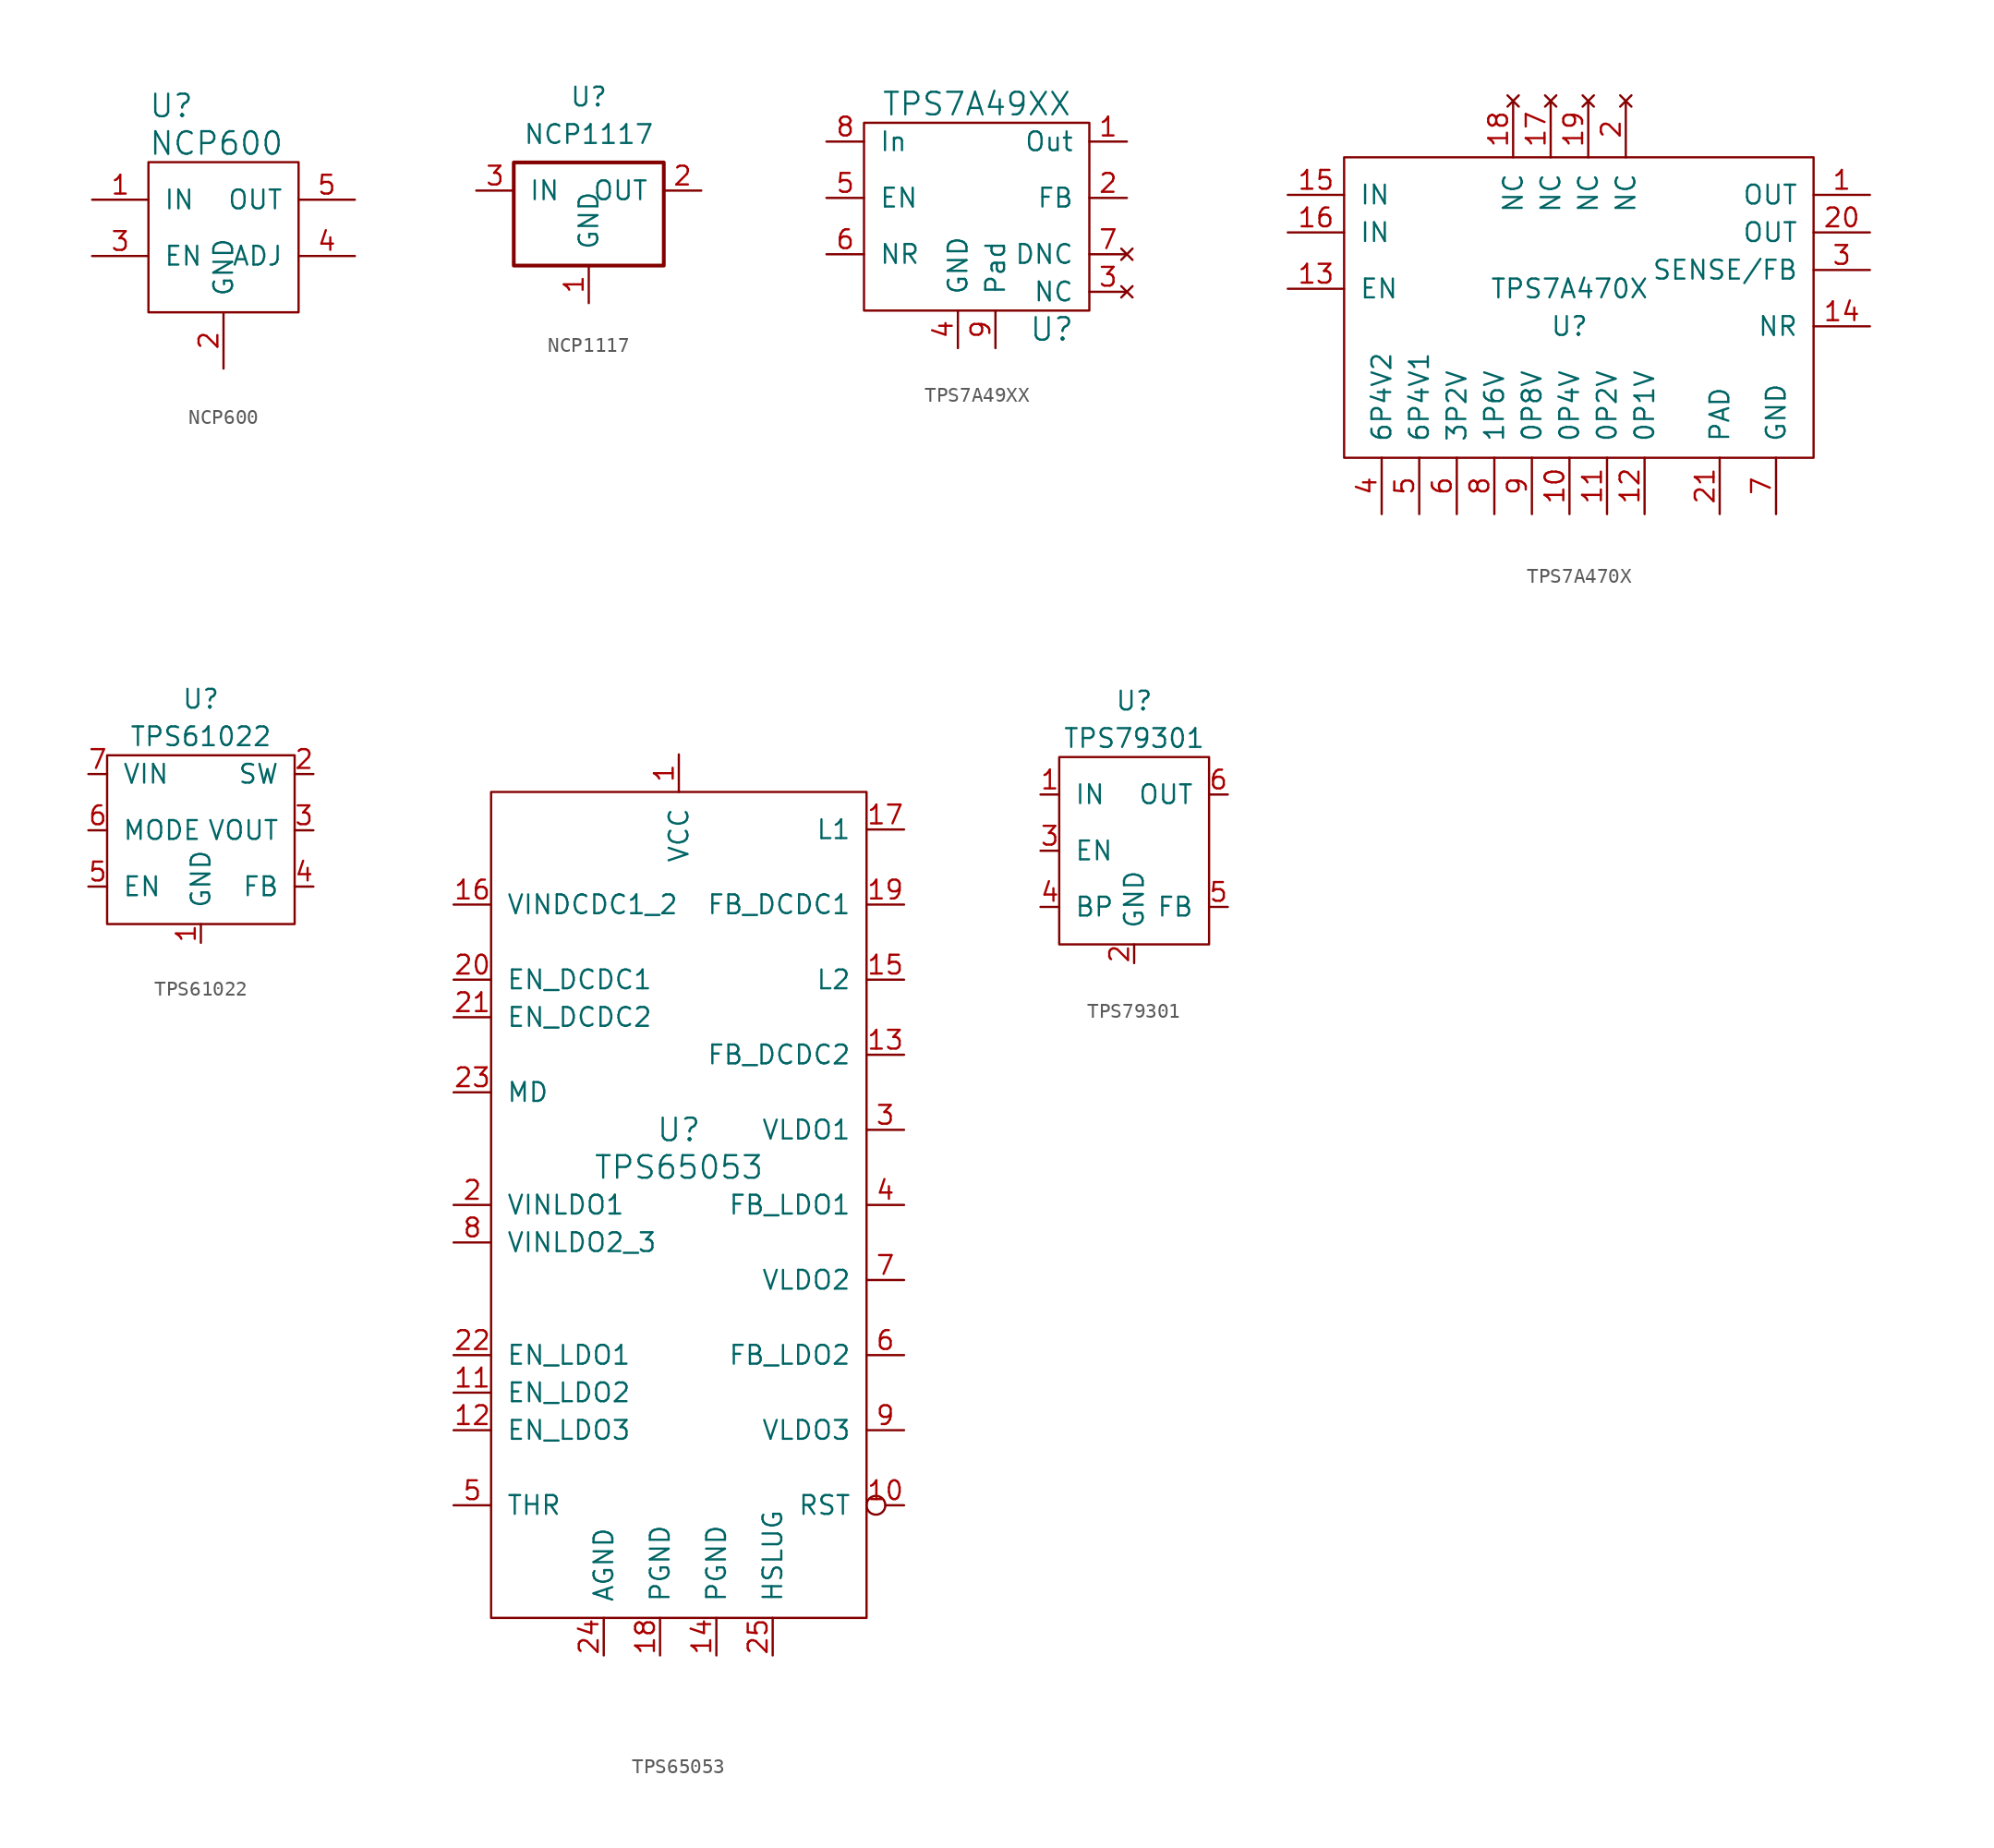
<source format=kicad_sym>
(kicad_symbol_lib
  (version 20211014)
  (generator kicad_symbol_editor)
  (symbol "NCP600"
    (pin_names
      (offset 1.016))
    (property "Reference" "U"
      (at -5.08 7.62 0)
      (effects (font (size 1.524 1.524)) (justify left)))
    (property "Value" "NCP600"
      (at -5.08 5.08 0)
      (effects (font (size 1.524 1.524)) (justify left)))
    (symbol "NCP600_0_1"
      (rectangle (start -5.08 3.81) (end 5.08 -6.35) (stroke (width 0) (type default) (color 0 0 0 0)) (fill (type none))))
    (symbol "NCP600_1_1"
      (pin power_in line (at -8.89 1.27 0) (length 3.81) (name "IN" (effects (font (size 1.27 1.27)))) (number "1" (effects (font (size 1.27 1.27)))))
      (pin power_in line (at 0 -10.16 90) (length 3.81) (name "GND" (effects (font (size 1.27 1.27)))) (number "2" (effects (font (size 1.27 1.27)))))
      (pin input line (at -8.89 -2.54 0) (length 3.81) (name "EN" (effects (font (size 1.27 1.27)))) (number "3" (effects (font (size 1.27 1.27)))))
      (pin input line (at 8.89 -2.54 180) (length 3.81) (name "ADJ" (effects (font (size 1.27 1.27)))) (number "4" (effects (font (size 1.27 1.27)))))
      (pin power_out line (at 8.89 1.27 180) (length 3.81) (name "OUT" (effects (font (size 1.27 1.27)))) (number "5" (effects (font (size 1.27 1.27)))))))
  (symbol "NCP1117"
    (pin_names
      (offset 1.016))
    (property "Reference" "U"
      (at 0 7.62 0)
      (effects (font (size 1.27 1.27))))
    (property "Value" "NCP1117"
      (at 0 5.08 0)
      (effects (font (size 1.27 1.27))))
    (symbol "NCP1117_1_1"
      (rectangle (start -5.08 3.175) (end 5.08 -3.81) (stroke (width 0.254) (type default) (color 0 0 0 0)) (fill (type none)))
      (pin power_in line (at 0 -6.35 90) (length 2.54) (name "GND" (effects (font (size 1.27 1.27)))) (number "1" (effects (font (size 1.27 1.27)))))
      (pin power_out line (at 7.62 1.27 180) (length 2.54) (name "OUT" (effects (font (size 1.27 1.27)))) (number "2" (effects (font (size 1.27 1.27)))))
      (pin power_in line (at -7.62 1.27 0) (length 2.54) (name "IN" (effects (font (size 1.27 1.27)))) (number "3" (effects (font (size 1.27 1.27)))))
      (pin power_in line (at 7.62 1.27 180) (length 2.54) hide (name "OUT" (effects (font (size 1.27 1.27)))) (number "4" (effects (font (size 1.27 1.27)))))))
  (symbol "TPS7A49XX"
    (pin_names
      (offset 1.016))
    (property "Reference" "U"
      (at 5.08 -7.62 0)
      (effects (font (size 1.524 1.524))))
    (property "Value" "TPS7A49XX"
      (at 0 7.62 0)
      (effects (font (size 1.524 1.524))))
    (symbol "TPS7A49XX_0_1"
      (rectangle (start -7.62 6.35) (end 7.62 -6.35) (stroke (width 0) (type default) (color 0 0 0 0)) (fill (type none))))
    (symbol "TPS7A49XX_1_1"
      (pin power_out line (at 10.16 5.08 180) (length 2.54) (name "Out" (effects (font (size 1.27 1.27)))) (number "1" (effects (font (size 1.27 1.27)))))
      (pin input line (at 10.16 1.27 180) (length 2.54) (name "FB" (effects (font (size 1.27 1.27)))) (number "2" (effects (font (size 1.27 1.27)))))
      (pin no_connect line (at 10.16 -5.08 180) (length 2.54) (name "NC" (effects (font (size 1.27 1.27)))) (number "3" (effects (font (size 1.27 1.27)))))
      (pin power_in line (at -1.27 -8.89 90) (length 2.54) (name "GND" (effects (font (size 1.27 1.27)))) (number "4" (effects (font (size 1.27 1.27)))))
      (pin input line (at -10.16 1.27 0) (length 2.54) (name "EN" (effects (font (size 1.27 1.27)))) (number "5" (effects (font (size 1.27 1.27)))))
      (pin passive line (at -10.16 -2.54 0) (length 2.54) (name "NR" (effects (font (size 1.27 1.27)))) (number "6" (effects (font (size 1.27 1.27)))))
      (pin no_connect line (at 10.16 -2.54 180) (length 2.54) (name "DNC" (effects (font (size 1.27 1.27)))) (number "7" (effects (font (size 1.27 1.27)))))
      (pin power_in line (at -10.16 5.08 0) (length 2.54) (name "In" (effects (font (size 1.27 1.27)))) (number "8" (effects (font (size 1.27 1.27)))))
      (pin power_in line (at 1.27 -8.89 90) (length 2.54) (name "Pad" (effects (font (size 1.27 1.27)))) (number "9" (effects (font (size 1.27 1.27)))))))
  (symbol "TPS7A470X"
    (pin_names
      (offset 1.016))
    (property "Reference" "U"
      (at 0 -1.27 0)
      (effects (font (size 1.27 1.27))))
    (property "Value" "TPS7A470X"
      (at 0 1.27 0)
      (effects (font (size 1.27 1.27))))
    (symbol "TPS7A470X_1_0"
      (rectangle (start -15.24 -10.16) (end 16.51 10.16) (stroke (width 0) (type default) (color 0 0 0 0)) (fill (type none))))
    (symbol "TPS7A470X_1_1"
      (pin power_out line (at 20.32 7.62 180) (length 3.81) (name "OUT" (effects (font (size 1.27 1.27)))) (number "1" (effects (font (size 1.27 1.27)))))
      (pin input line (at 0 -13.97 90) (length 3.81) (name "0P4V" (effects (font (size 1.27 1.27)))) (number "10" (effects (font (size 1.27 1.27)))))
      (pin input line (at 2.54 -13.97 90) (length 3.81) (name "0P2V" (effects (font (size 1.27 1.27)))) (number "11" (effects (font (size 1.27 1.27)))))
      (pin input line (at 5.08 -13.97 90) (length 3.81) (name "0P1V" (effects (font (size 1.27 1.27)))) (number "12" (effects (font (size 1.27 1.27)))))
      (pin input line (at -19.05 1.27 0) (length 3.81) (name "EN" (effects (font (size 1.27 1.27)))) (number "13" (effects (font (size 1.27 1.27)))))
      (pin passive line (at 20.32 -1.27 180) (length 3.81) (name "NR" (effects (font (size 1.27 1.27)))) (number "14" (effects (font (size 1.27 1.27)))))
      (pin power_in line (at -19.05 7.62 0) (length 3.81) (name "IN" (effects (font (size 1.27 1.27)))) (number "15" (effects (font (size 1.27 1.27)))))
      (pin power_in line (at -19.05 5.08 0) (length 3.81) (name "IN" (effects (font (size 1.27 1.27)))) (number "16" (effects (font (size 1.27 1.27)))))
      (pin no_connect line (at -1.27 13.97 270) (length 3.81) (name "NC" (effects (font (size 1.27 1.27)))) (number "17" (effects (font (size 1.27 1.27)))))
      (pin no_connect line (at -3.81 13.97 270) (length 3.81) (name "NC" (effects (font (size 1.27 1.27)))) (number "18" (effects (font (size 1.27 1.27)))))
      (pin no_connect line (at 1.27 13.97 270) (length 3.81) (name "NC" (effects (font (size 1.27 1.27)))) (number "19" (effects (font (size 1.27 1.27)))))
      (pin no_connect line (at 3.81 13.97 270) (length 3.81) (name "NC" (effects (font (size 1.27 1.27)))) (number "2" (effects (font (size 1.27 1.27)))))
      (pin power_in line (at 20.32 5.08 180) (length 3.81) (name "OUT" (effects (font (size 1.27 1.27)))) (number "20" (effects (font (size 1.27 1.27)))))
      (pin power_in line (at 10.16 -13.97 90) (length 3.81) (name "PAD" (effects (font (size 1.27 1.27)))) (number "21" (effects (font (size 1.27 1.27)))))
      (pin input line (at 20.32 2.54 180) (length 3.81) (name "SENSE/FB" (effects (font (size 1.27 1.27)))) (number "3" (effects (font (size 1.27 1.27)))))
      (pin input line (at -12.7 -13.97 90) (length 3.81) (name "6P4V2" (effects (font (size 1.27 1.27)))) (number "4" (effects (font (size 1.27 1.27)))))
      (pin input line (at -10.16 -13.97 90) (length 3.81) (name "6P4V1" (effects (font (size 1.27 1.27)))) (number "5" (effects (font (size 1.27 1.27)))))
      (pin input line (at -7.62 -13.97 90) (length 3.81) (name "3P2V" (effects (font (size 1.27 1.27)))) (number "6" (effects (font (size 1.27 1.27)))))
      (pin power_in line (at 13.97 -13.97 90) (length 3.81) (name "GND" (effects (font (size 1.27 1.27)))) (number "7" (effects (font (size 1.27 1.27)))))
      (pin input line (at -5.08 -13.97 90) (length 3.81) (name "1P6V" (effects (font (size 1.27 1.27)))) (number "8" (effects (font (size 1.27 1.27)))))
      (pin input line (at -2.54 -13.97 90) (length 3.81) (name "0P8V" (effects (font (size 1.27 1.27)))) (number "9" (effects (font (size 1.27 1.27)))))))
  (symbol "TPS61022"
    (pin_names
      (offset 1.016))
    (property "Reference" "U"
      (at 0 8.89 0)
      (effects (font (size 1.27 1.27))))
    (property "Value" "TPS61022"
      (at 0 6.35 0)
      (effects (font (size 1.27 1.27))))
    (symbol "TPS61022_0_1"
      (rectangle (start -6.35 5.08) (end 6.35 -6.35) (stroke (width 0) (type default) (color 0 0 0 0)) (fill (type none))))
    (symbol "TPS61022_1_1"
      (pin power_in line (at 0 -7.62 90) (length 1.27) (name "GND" (effects (font (size 1.27 1.27)))) (number "1" (effects (font (size 1.27 1.27)))))
      (pin input line (at 7.62 3.81 180) (length 1.27) (name "SW" (effects (font (size 1.27 1.27)))) (number "2" (effects (font (size 1.27 1.27)))))
      (pin power_out line (at 7.62 0 180) (length 1.27) (name "VOUT" (effects (font (size 1.27 1.27)))) (number "3" (effects (font (size 1.27 1.27)))))
      (pin input line (at 7.62 -3.81 180) (length 1.27) (name "FB" (effects (font (size 1.27 1.27)))) (number "4" (effects (font (size 1.27 1.27)))))
      (pin input line (at -7.62 -3.81 0) (length 1.27) (name "EN" (effects (font (size 1.27 1.27)))) (number "5" (effects (font (size 1.27 1.27)))))
      (pin input line (at -7.62 0 0) (length 1.27) (name "MODE" (effects (font (size 1.27 1.27)))) (number "6" (effects (font (size 1.27 1.27)))))
      (pin power_in line (at -7.62 3.81 0) (length 1.27) (name "VIN" (effects (font (size 1.27 1.27)))) (number "7" (effects (font (size 1.27 1.27)))))))
  (symbol "TPS65053"
    (pin_names
      (offset 1.016))
    (property "Reference" "U"
      (at 0 2.54 0)
      (effects (font (size 1.524 1.524))))
    (property "Value" "TPS65053"
      (at 0 0 0)
      (effects (font (size 1.524 1.524))))
    (symbol "TPS65053_0_1"
      (rectangle (start -12.7 25.4) (end 12.7 -30.48) (stroke (width 0) (type default) (color 0 0 0 0)) (fill (type none))))
    (symbol "TPS65053_1_1"
      (pin power_in line (at 0 27.94 270) (length 2.54) (name "VCC" (effects (font (size 1.27 1.27)))) (number "1" (effects (font (size 1.27 1.27)))))
      (pin output inverted (at 15.24 -22.86 180) (length 2.54) (name "RST" (effects (font (size 1.27 1.27)))) (number "10" (effects (font (size 1.27 1.27)))))
      (pin input line (at -15.24 -15.24 0) (length 2.54) (name "EN_LDO2" (effects (font (size 1.27 1.27)))) (number "11" (effects (font (size 1.27 1.27)))))
      (pin input line (at -15.24 -17.78 0) (length 2.54) (name "EN_LDO3" (effects (font (size 1.27 1.27)))) (number "12" (effects (font (size 1.27 1.27)))))
      (pin input line (at 15.24 7.62 180) (length 2.54) (name "FB_DCDC2" (effects (font (size 1.27 1.27)))) (number "13" (effects (font (size 1.27 1.27)))))
      (pin power_in line (at 2.54 -33.02 90) (length 2.54) (name "PGND" (effects (font (size 1.27 1.27)))) (number "14" (effects (font (size 1.27 1.27)))))
      (pin power_out line (at 15.24 12.7 180) (length 2.54) (name "L2" (effects (font (size 1.27 1.27)))) (number "15" (effects (font (size 1.27 1.27)))))
      (pin power_in line (at -15.24 17.78 0) (length 2.54) (name "VINDCDC1_2" (effects (font (size 1.27 1.27)))) (number "16" (effects (font (size 1.27 1.27)))))
      (pin power_out line (at 15.24 22.86 180) (length 2.54) (name "L1" (effects (font (size 1.27 1.27)))) (number "17" (effects (font (size 1.27 1.27)))))
      (pin power_in line (at -1.27 -33.02 90) (length 2.54) (name "PGND" (effects (font (size 1.27 1.27)))) (number "18" (effects (font (size 1.27 1.27)))))
      (pin input line (at 15.24 17.78 180) (length 2.54) (name "FB_DCDC1" (effects (font (size 1.27 1.27)))) (number "19" (effects (font (size 1.27 1.27)))))
      (pin power_in line (at -15.24 -2.54 0) (length 2.54) (name "VINLDO1" (effects (font (size 1.27 1.27)))) (number "2" (effects (font (size 1.27 1.27)))))
      (pin power_in line (at -15.24 12.7 0) (length 2.54) (name "EN_DCDC1" (effects (font (size 1.27 1.27)))) (number "20" (effects (font (size 1.27 1.27)))))
      (pin input line (at -15.24 10.16 0) (length 2.54) (name "EN_DCDC2" (effects (font (size 1.27 1.27)))) (number "21" (effects (font (size 1.27 1.27)))))
      (pin input line (at -15.24 -12.7 0) (length 2.54) (name "EN_LDO1" (effects (font (size 1.27 1.27)))) (number "22" (effects (font (size 1.27 1.27)))))
      (pin input line (at -15.24 5.08 0) (length 2.54) (name "MD" (effects (font (size 1.27 1.27)))) (number "23" (effects (font (size 1.27 1.27)))))
      (pin power_in line (at -5.08 -33.02 90) (length 2.54) (name "AGND" (effects (font (size 1.27 1.27)))) (number "24" (effects (font (size 1.27 1.27)))))
      (pin power_in line (at 6.35 -33.02 90) (length 2.54) (name "HSLUG" (effects (font (size 1.27 1.27)))) (number "25" (effects (font (size 1.27 1.27)))))
      (pin power_out line (at 15.24 2.54 180) (length 2.54) (name "VLDO1" (effects (font (size 1.27 1.27)))) (number "3" (effects (font (size 1.27 1.27)))))
      (pin input line (at 15.24 -2.54 180) (length 2.54) (name "FB_LDO1" (effects (font (size 1.27 1.27)))) (number "4" (effects (font (size 1.27 1.27)))))
      (pin input line (at -15.24 -22.86 0) (length 2.54) (name "THR" (effects (font (size 1.27 1.27)))) (number "5" (effects (font (size 1.27 1.27)))))
      (pin input line (at 15.24 -12.7 180) (length 2.54) (name "FB_LDO2" (effects (font (size 1.27 1.27)))) (number "6" (effects (font (size 1.27 1.27)))))
      (pin power_out line (at 15.24 -7.62 180) (length 2.54) (name "VLDO2" (effects (font (size 1.27 1.27)))) (number "7" (effects (font (size 1.27 1.27)))))
      (pin power_in line (at -15.24 -5.08 0) (length 2.54) (name "VINLDO2_3" (effects (font (size 1.27 1.27)))) (number "8" (effects (font (size 1.27 1.27)))))
      (pin input line (at 15.24 -17.78 180) (length 2.54) (name "VLDO3" (effects (font (size 1.27 1.27)))) (number "9" (effects (font (size 1.27 1.27)))))))
  (symbol "TPS79301"
    (pin_names
      (offset 1.016))
    (property "Reference" "U"
      (at 0 -1.27 0)
      (effects (font (size 1.27 1.27))))
    (property "Value" "TPS79301"
      (at 0 -3.81 0)
      (effects (font (size 1.27 1.27))))
    (symbol "TPS79301_0_1"
      (rectangle (start -5.08 -5.08) (end 5.08 -17.78) (stroke (width 0) (type default) (color 0 0 0 0)) (fill (type none))))
    (symbol "TPS79301_1_1"
      (pin power_in line (at -6.35 -7.62 0) (length 1.27) (name "IN" (effects (font (size 1.27 1.27)))) (number "1" (effects (font (size 1.27 1.27)))))
      (pin power_in line (at 0 -19.05 90) (length 1.27) (name "GND" (effects (font (size 1.27 1.27)))) (number "2" (effects (font (size 1.27 1.27)))))
      (pin input line (at -6.35 -11.43 0) (length 1.27) (name "EN" (effects (font (size 1.27 1.27)))) (number "3" (effects (font (size 1.27 1.27)))))
      (pin input line (at -6.35 -15.24 0) (length 1.27) (name "BP" (effects (font (size 1.27 1.27)))) (number "4" (effects (font (size 1.27 1.27)))))
      (pin input line (at 6.35 -15.24 180) (length 1.27) (name "FB" (effects (font (size 1.27 1.27)))) (number "5" (effects (font (size 1.27 1.27)))))
      (pin power_out line (at 6.35 -7.62 180) (length 1.27) (name "OUT" (effects (font (size 1.27 1.27)))) (number "6" (effects (font (size 1.27 1.27))))))))
</source>
